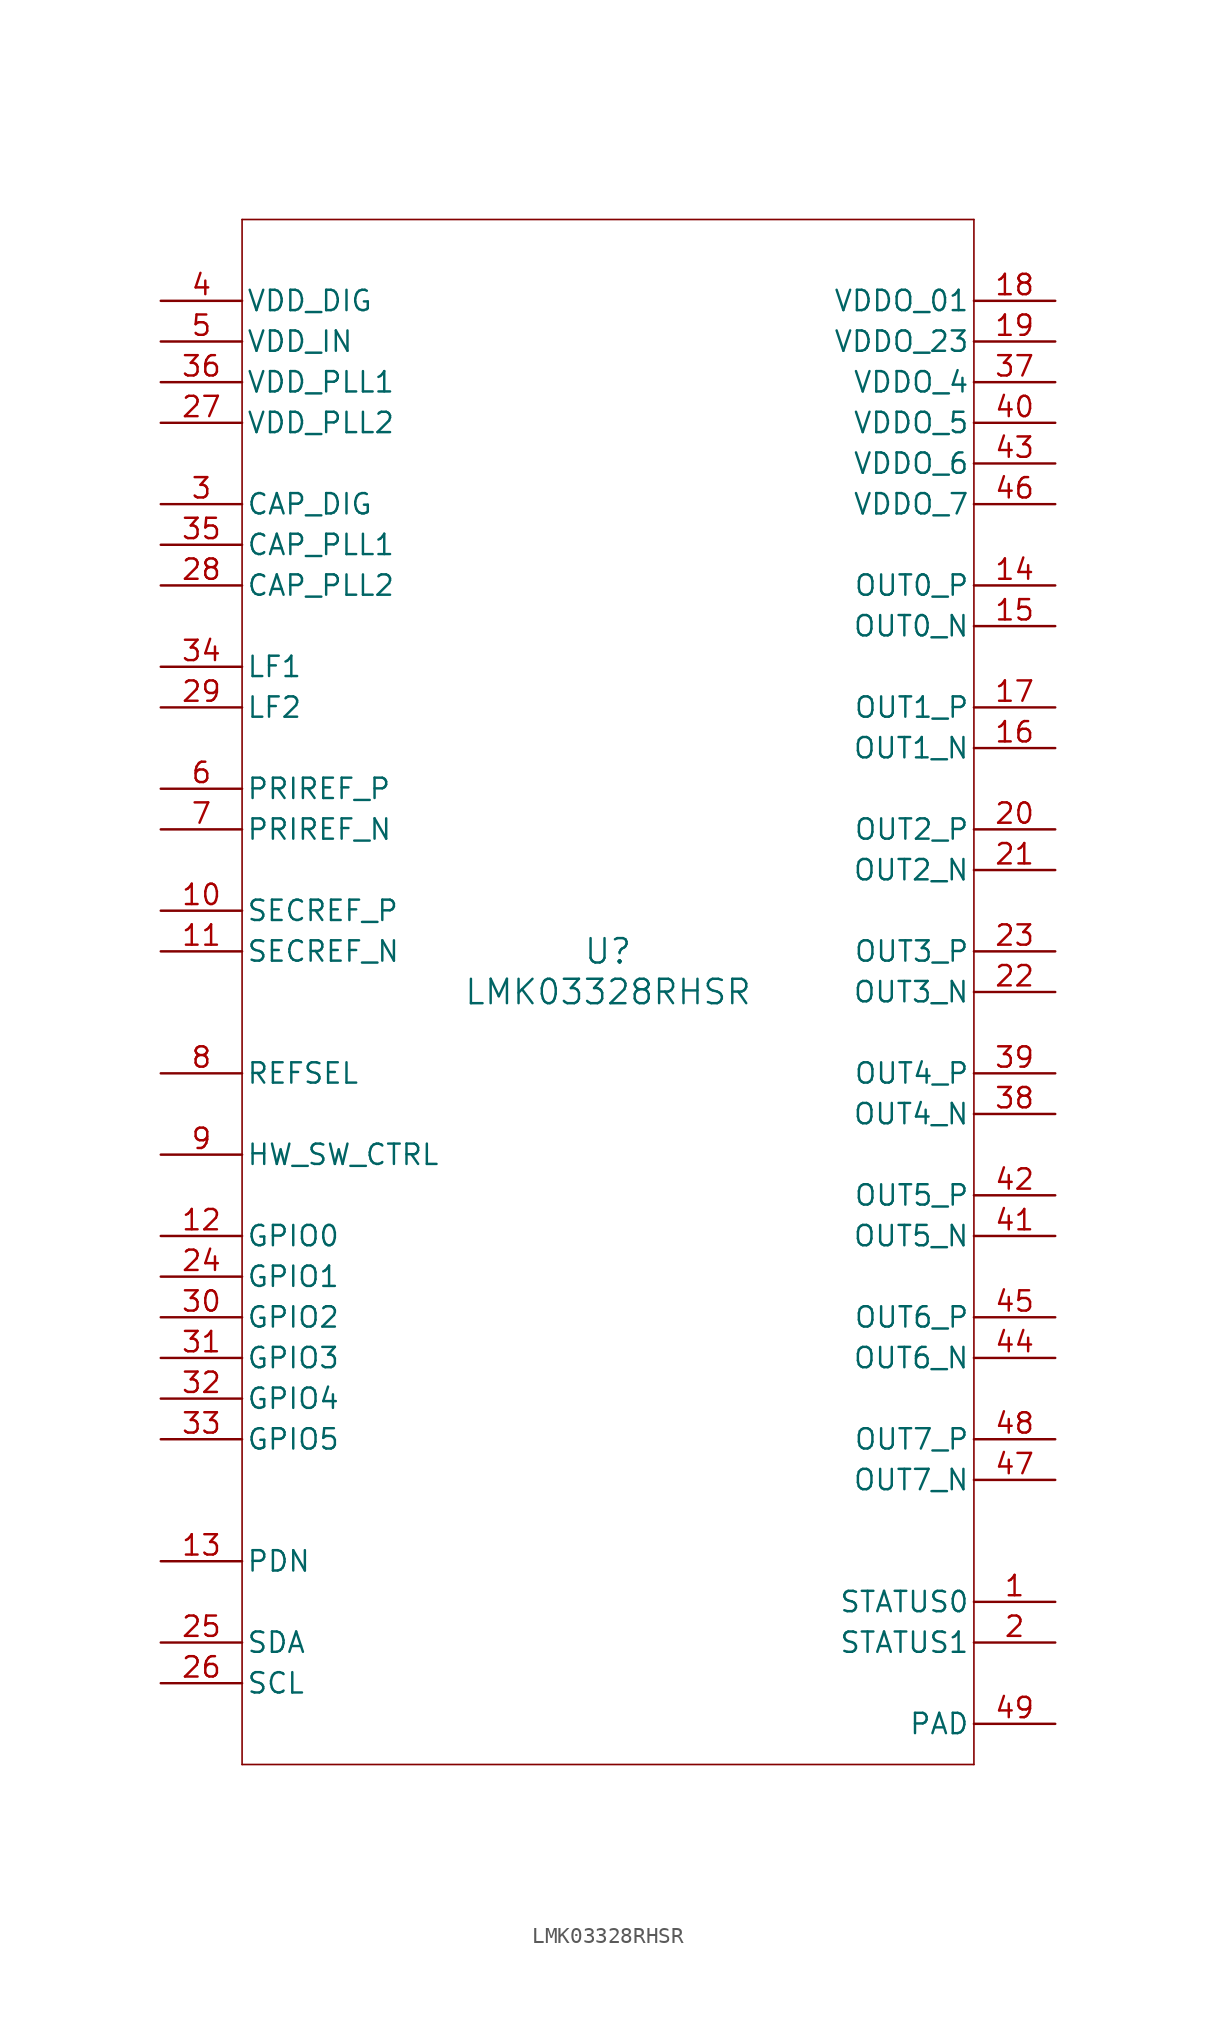
<source format=kicad_sym>
(kicad_symbol_lib
  (version 20211014)
  (generator kicad_symbol_editor)
  (symbol "LMK03328RHSR"
    (pin_names
      (offset 0.254))
    (property "Reference" "U"
      (at 0 2.54 0)
      (effects (font (size 1.524 1.524))))
    (property "Value" "LMK03328RHSR"
      (at 0 0 0)
      (effects (font (size 1.524 1.524))))
    (symbol "LMK03328RHSR_0_1"
      (polyline (pts (xy -22.86 -48.26) (xy 22.86 -48.26)) (stroke (width 0.102) (type default) (color 0 0 0 0)) (fill (type none)))
      (polyline (pts (xy 22.86 -48.26) (xy 22.86 48.26)) (stroke (width 0.102) (type default) (color 0 0 0 0)) (fill (type none)))
      (polyline (pts (xy 22.86 48.26) (xy -22.86 48.26)) (stroke (width 0.102) (type default) (color 0 0 0 0)) (fill (type none)))
      (polyline (pts (xy -22.86 48.26) (xy -22.86 -48.26)) (stroke (width 0.102) (type default) (color 0 0 0 0)) (fill (type none)))
      (pin output line (at 27.94 -38.1 180) (length 5.08) (name "STATUS0" (effects (font (size 1.27 1.27)))) (number "1" (effects (font (size 1.27 1.27)))))
      (pin output line (at 27.94 -40.64 180) (length 5.08) (name "STATUS1" (effects (font (size 1.27 1.27)))) (number "2" (effects (font (size 1.27 1.27)))))
      (pin unspecified line (at -27.94 30.48 0) (length 5.08) (name "CAP_DIG" (effects (font (size 1.27 1.27)))) (number "3" (effects (font (size 1.27 1.27)))))
      (pin power_in line (at -27.94 43.18 0) (length 5.08) (name "VDD_DIG" (effects (font (size 1.27 1.27)))) (number "4" (effects (font (size 1.27 1.27)))))
      (pin power_in line (at -27.94 40.64 0) (length 5.08) (name "VDD_IN" (effects (font (size 1.27 1.27)))) (number "5" (effects (font (size 1.27 1.27)))))
      (pin input line (at -27.94 12.7 0) (length 5.08) (name "PRIREF_P" (effects (font (size 1.27 1.27)))) (number "6" (effects (font (size 1.27 1.27)))))
      (pin input line (at -27.94 10.16 0) (length 5.08) (name "PRIREF_N" (effects (font (size 1.27 1.27)))) (number "7" (effects (font (size 1.27 1.27)))))
      (pin input line (at -27.94 -5.08 0) (length 5.08) (name "REFSEL" (effects (font (size 1.27 1.27)))) (number "8" (effects (font (size 1.27 1.27)))))
      (pin input line (at -27.94 -10.16 0) (length 5.08) (name "HW_SW_CTRL" (effects (font (size 1.27 1.27)))) (number "9" (effects (font (size 1.27 1.27)))))
      (pin input line (at -27.94 5.08 0) (length 5.08) (name "SECREF_P" (effects (font (size 1.27 1.27)))) (number "10" (effects (font (size 1.27 1.27)))))
      (pin input line (at -27.94 2.54 0) (length 5.08) (name "SECREF_N" (effects (font (size 1.27 1.27)))) (number "11" (effects (font (size 1.27 1.27)))))
      (pin bidirectional line (at -27.94 -15.24 0) (length 5.08) (name "GPIO0" (effects (font (size 1.27 1.27)))) (number "12" (effects (font (size 1.27 1.27)))))
      (pin input line (at -27.94 -35.56 0) (length 5.08) (name "PDN" (effects (font (size 1.27 1.27)))) (number "13" (effects (font (size 1.27 1.27)))))
      (pin output line (at 27.94 25.4 180) (length 5.08) (name "OUT0_P" (effects (font (size 1.27 1.27)))) (number "14" (effects (font (size 1.27 1.27)))))
      (pin output line (at 27.94 22.86 180) (length 5.08) (name "OUT0_N" (effects (font (size 1.27 1.27)))) (number "15" (effects (font (size 1.27 1.27)))))
      (pin output line (at 27.94 15.24 180) (length 5.08) (name "OUT1_N" (effects (font (size 1.27 1.27)))) (number "16" (effects (font (size 1.27 1.27)))))
      (pin output line (at 27.94 17.78 180) (length 5.08) (name "OUT1_P" (effects (font (size 1.27 1.27)))) (number "17" (effects (font (size 1.27 1.27)))))
      (pin power_in line (at 27.94 43.18 180) (length 5.08) (name "VDDO_01" (effects (font (size 1.27 1.27)))) (number "18" (effects (font (size 1.27 1.27)))))
      (pin power_in line (at 27.94 40.64 180) (length 5.08) (name "VDDO_23" (effects (font (size 1.27 1.27)))) (number "19" (effects (font (size 1.27 1.27)))))
      (pin output line (at 27.94 10.16 180) (length 5.08) (name "OUT2_P" (effects (font (size 1.27 1.27)))) (number "20" (effects (font (size 1.27 1.27)))))
      (pin output line (at 27.94 7.62 180) (length 5.08) (name "OUT2_N" (effects (font (size 1.27 1.27)))) (number "21" (effects (font (size 1.27 1.27)))))
      (pin output line (at 27.94 0 180) (length 5.08) (name "OUT3_N" (effects (font (size 1.27 1.27)))) (number "22" (effects (font (size 1.27 1.27)))))
      (pin output line (at 27.94 2.54 180) (length 5.08) (name "OUT3_P" (effects (font (size 1.27 1.27)))) (number "23" (effects (font (size 1.27 1.27)))))
      (pin bidirectional line (at -27.94 -17.78 0) (length 5.08) (name "GPIO1" (effects (font (size 1.27 1.27)))) (number "24" (effects (font (size 1.27 1.27)))))
      (pin bidirectional line (at -27.94 -40.64 0) (length 5.08) (name "SDA" (effects (font (size 1.27 1.27)))) (number "25" (effects (font (size 1.27 1.27)))))
      (pin bidirectional line (at -27.94 -43.18 0) (length 5.08) (name "SCL" (effects (font (size 1.27 1.27)))) (number "26" (effects (font (size 1.27 1.27)))))
      (pin power_in line (at -27.94 35.56 0) (length 5.08) (name "VDD_PLL2" (effects (font (size 1.27 1.27)))) (number "27" (effects (font (size 1.27 1.27)))))
      (pin unspecified line (at -27.94 25.4 0) (length 5.08) (name "CAP_PLL2" (effects (font (size 1.27 1.27)))) (number "28" (effects (font (size 1.27 1.27)))))
      (pin unspecified line (at -27.94 17.78 0) (length 5.08) (name "LF2" (effects (font (size 1.27 1.27)))) (number "29" (effects (font (size 1.27 1.27)))))
      (pin bidirectional line (at -27.94 -20.32 0) (length 5.08) (name "GPIO2" (effects (font (size 1.27 1.27)))) (number "30" (effects (font (size 1.27 1.27)))))
      (pin bidirectional line (at -27.94 -22.86 0) (length 5.08) (name "GPIO3" (effects (font (size 1.27 1.27)))) (number "31" (effects (font (size 1.27 1.27)))))
      (pin bidirectional line (at -27.94 -25.4 0) (length 5.08) (name "GPIO4" (effects (font (size 1.27 1.27)))) (number "32" (effects (font (size 1.27 1.27)))))
      (pin bidirectional line (at -27.94 -27.94 0) (length 5.08) (name "GPIO5" (effects (font (size 1.27 1.27)))) (number "33" (effects (font (size 1.27 1.27)))))
      (pin unspecified line (at -27.94 20.32 0) (length 5.08) (name "LF1" (effects (font (size 1.27 1.27)))) (number "34" (effects (font (size 1.27 1.27)))))
      (pin unspecified line (at -27.94 27.94 0) (length 5.08) (name "CAP_PLL1" (effects (font (size 1.27 1.27)))) (number "35" (effects (font (size 1.27 1.27)))))
      (pin power_in line (at -27.94 38.1 0) (length 5.08) (name "VDD_PLL1" (effects (font (size 1.27 1.27)))) (number "36" (effects (font (size 1.27 1.27)))))
      (pin power_in line (at 27.94 38.1 180) (length 5.08) (name "VDDO_4" (effects (font (size 1.27 1.27)))) (number "37" (effects (font (size 1.27 1.27)))))
      (pin output line (at 27.94 -7.62 180) (length 5.08) (name "OUT4_N" (effects (font (size 1.27 1.27)))) (number "38" (effects (font (size 1.27 1.27)))))
      (pin output line (at 27.94 -5.08 180) (length 5.08) (name "OUT4_P" (effects (font (size 1.27 1.27)))) (number "39" (effects (font (size 1.27 1.27)))))
      (pin power_in line (at 27.94 35.56 180) (length 5.08) (name "VDDO_5" (effects (font (size 1.27 1.27)))) (number "40" (effects (font (size 1.27 1.27)))))
      (pin output line (at 27.94 -15.24 180) (length 5.08) (name "OUT5_N" (effects (font (size 1.27 1.27)))) (number "41" (effects (font (size 1.27 1.27)))))
      (pin output line (at 27.94 -12.7 180) (length 5.08) (name "OUT5_P" (effects (font (size 1.27 1.27)))) (number "42" (effects (font (size 1.27 1.27)))))
      (pin power_in line (at 27.94 33.02 180) (length 5.08) (name "VDDO_6" (effects (font (size 1.27 1.27)))) (number "43" (effects (font (size 1.27 1.27)))))
      (pin output line (at 27.94 -22.86 180) (length 5.08) (name "OUT6_N" (effects (font (size 1.27 1.27)))) (number "44" (effects (font (size 1.27 1.27)))))
      (pin output line (at 27.94 -20.32 180) (length 5.08) (name "OUT6_P" (effects (font (size 1.27 1.27)))) (number "45" (effects (font (size 1.27 1.27)))))
      (pin power_in line (at 27.94 30.48 180) (length 5.08) (name "VDDO_7" (effects (font (size 1.27 1.27)))) (number "46" (effects (font (size 1.27 1.27)))))
      (pin output line (at 27.94 -30.48 180) (length 5.08) (name "OUT7_N" (effects (font (size 1.27 1.27)))) (number "47" (effects (font (size 1.27 1.27)))))
      (pin output line (at 27.94 -27.94 180) (length 5.08) (name "OUT7_P" (effects (font (size 1.27 1.27)))) (number "48" (effects (font (size 1.27 1.27)))))
      (pin power_in line (at 27.94 -45.72 180) (length 5.08) (name "PAD" (effects (font (size 1.27 1.27)))) (number "49" (effects (font (size 1.27 1.27))))))))
</source>
